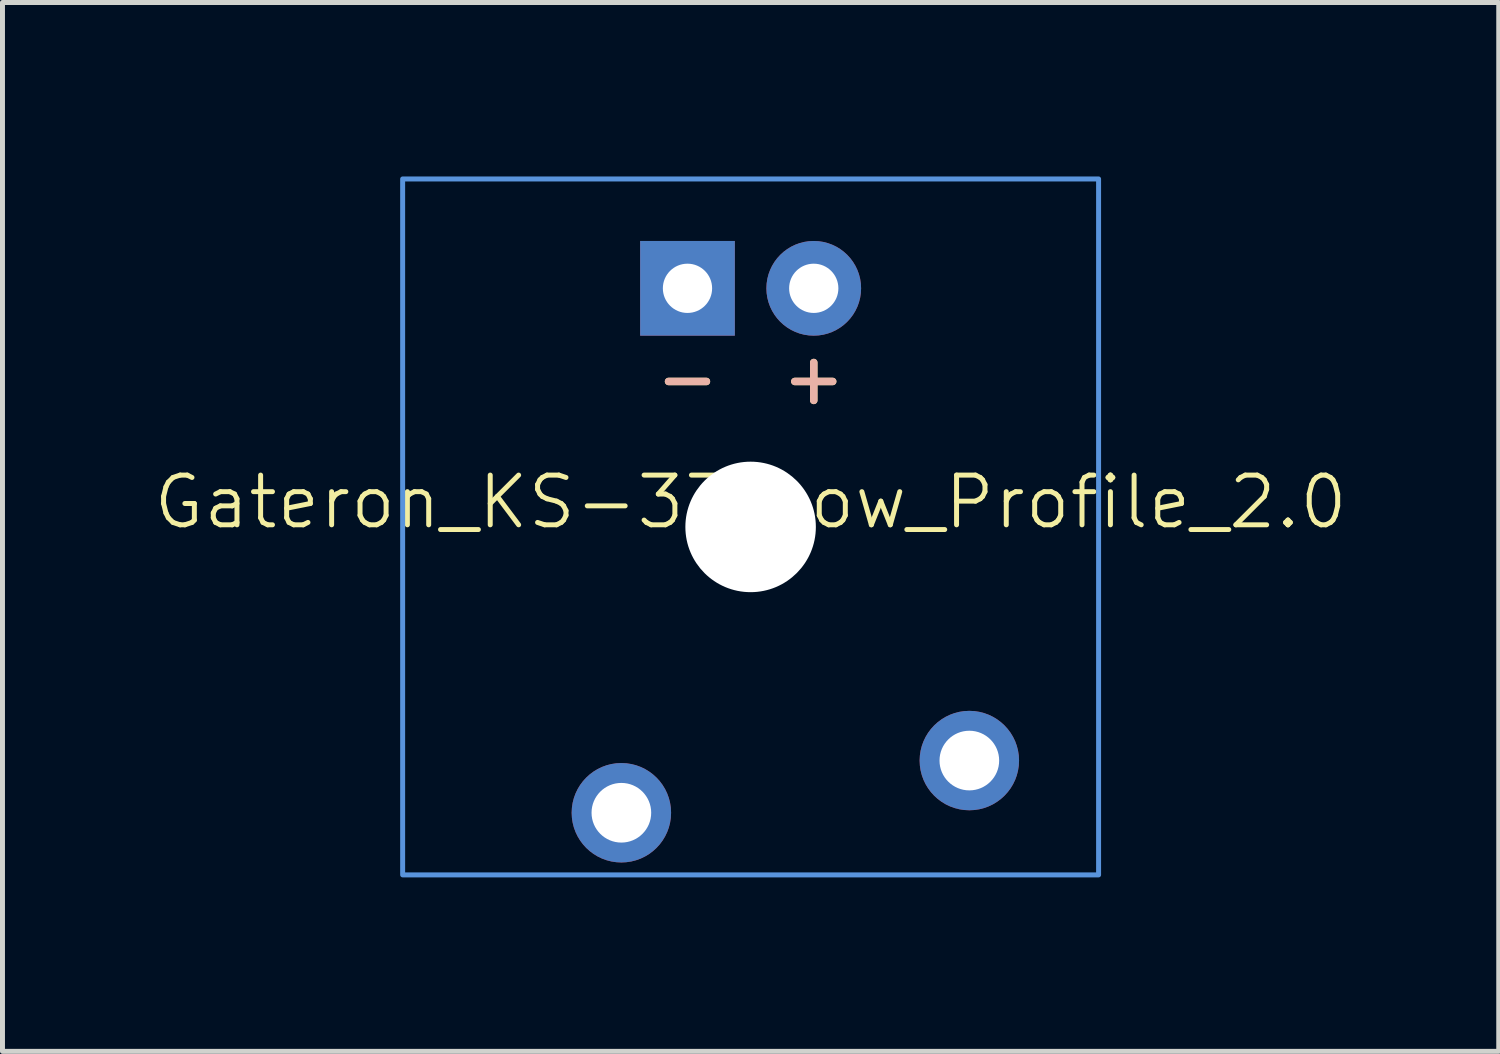
<source format=kicad_pcb>
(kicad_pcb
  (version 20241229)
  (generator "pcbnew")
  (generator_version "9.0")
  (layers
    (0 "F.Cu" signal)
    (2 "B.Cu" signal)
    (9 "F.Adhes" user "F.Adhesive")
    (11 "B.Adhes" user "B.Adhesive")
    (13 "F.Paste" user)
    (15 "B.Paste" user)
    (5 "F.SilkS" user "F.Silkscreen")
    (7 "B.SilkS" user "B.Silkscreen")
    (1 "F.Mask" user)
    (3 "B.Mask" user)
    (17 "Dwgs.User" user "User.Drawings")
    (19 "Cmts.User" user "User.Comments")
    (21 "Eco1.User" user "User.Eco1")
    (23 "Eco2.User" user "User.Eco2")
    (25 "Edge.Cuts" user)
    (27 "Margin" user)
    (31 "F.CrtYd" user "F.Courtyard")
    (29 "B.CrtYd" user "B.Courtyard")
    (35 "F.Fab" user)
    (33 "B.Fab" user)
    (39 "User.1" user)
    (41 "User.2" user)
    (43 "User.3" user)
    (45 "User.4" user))
  (footprint "Gateron_KS-33_Low_Profile_2.0"
    (layer "F.Cu")
    (at 12.05 7.55)
    (property "Reference" "Gateron_KS-33_Low_Profile_2.0" (at 0 -0.5 0) (unlocked yes) (layer "F.SilkS") (effects (font (size 1 1) (thickness 0.1))))
    (attr smd)
    (fp_rect (start -7 -7) (end 7 7) (stroke (width 0.1) (type default)) (fill no) (layer "Cmts.User"))
    (fp_rect (start -7.5 -7.5) (end 7.5 7.5) (stroke (width 0.1) (type default)) (fill no) (layer "Eco2.User"))
    (fp_text user "-" (at -1.27 -3 180) (layer "F.SilkS") (effects (font (size 1 1) (thickness 0.15))))
    (fp_text user "+" (at 1.27 -3 180) (layer "F.SilkS") (effects (font (size 1 1) (thickness 0.15))))
    (fp_text user "+" (at 1.27 -3 180) (layer "B.SilkS") (effects (font (size 1 1) (thickness 0.15)) (justify mirror)))
    (fp_text user "-" (at -1.27 -3 180) (layer "B.SilkS") (effects (font (size 1 1) (thickness 0.15)) (justify mirror)))
    (pad "" np_thru_hole circle (at 0 0 180) (size 2.625 2.625) (drill 3.4) (layers "*.Cu" "*.Mask"))
    (pad "1" thru_hole circle (at 4.4 4.7 180) (size 2 2) (drill 1.2) (layers "*.Cu" "*.Mask"))
    (pad "2" thru_hole circle (at -2.6 5.75) (size 2 2) (drill 1.2) (layers "*.Cu" "*.Mask"))
    (pad "3" thru_hole circle (at 1.27 -4.8 180) (size 1.905 1.905) (drill 0.991) (layers "*.Cu" "*.Mask"))
    (pad "4" thru_hole rect (at -1.27 -4.8 180) (size 1.905 1.905) (drill 0.991) (layers "*.Cu" "*.Mask")))
  (gr_rect
    (start -3 -3)
    (end 27.1 18.1)
    (stroke (width 0.1) (type default))
    (fill no)
    (layer "Edge.Cuts")))
</source>
